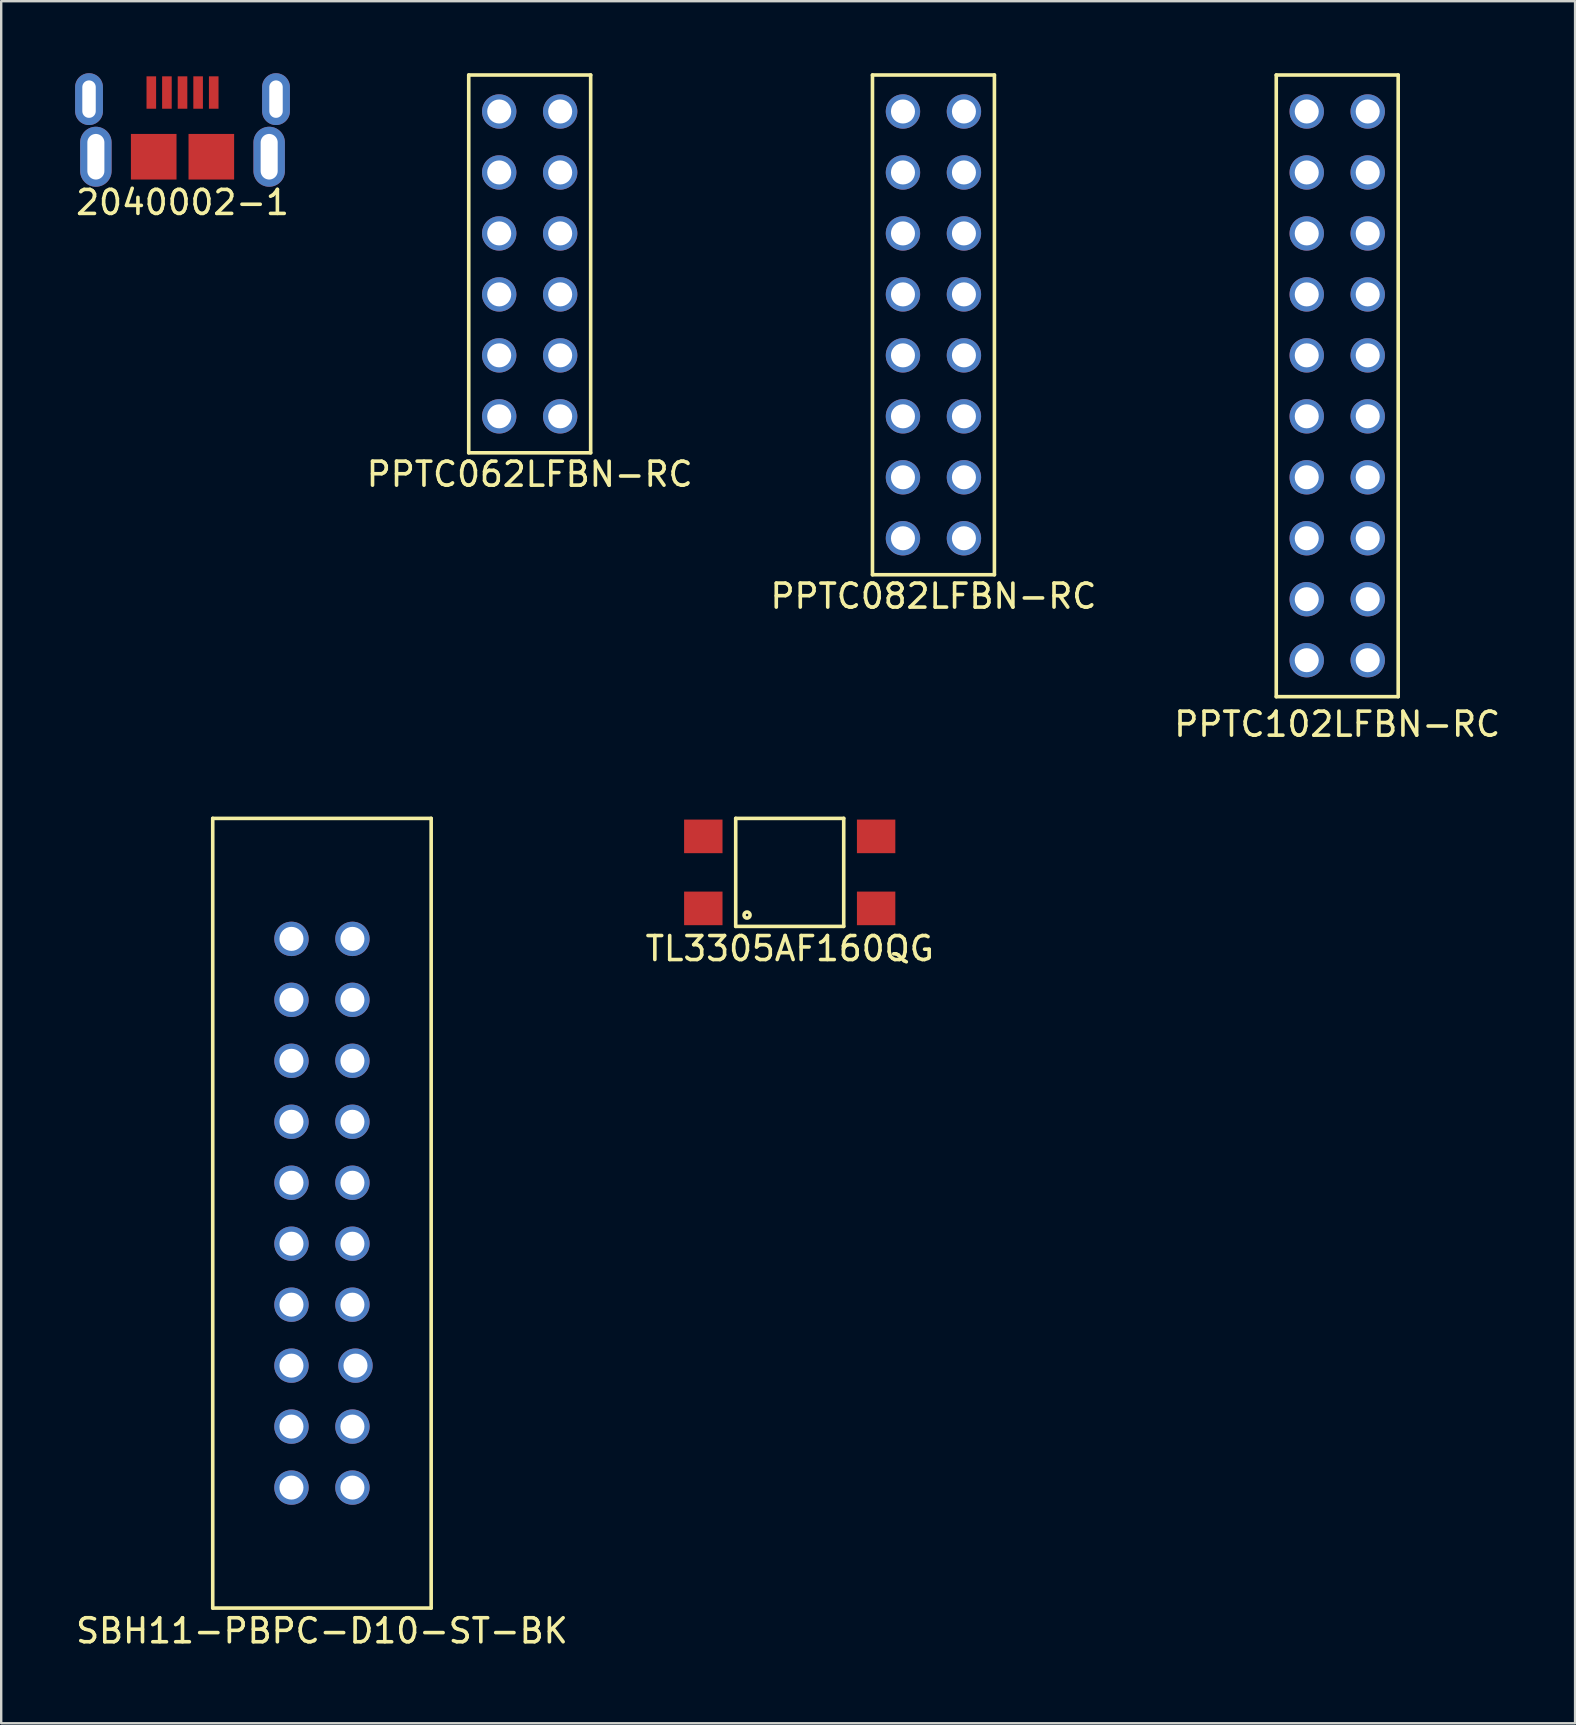
<source format=kicad_pcb>
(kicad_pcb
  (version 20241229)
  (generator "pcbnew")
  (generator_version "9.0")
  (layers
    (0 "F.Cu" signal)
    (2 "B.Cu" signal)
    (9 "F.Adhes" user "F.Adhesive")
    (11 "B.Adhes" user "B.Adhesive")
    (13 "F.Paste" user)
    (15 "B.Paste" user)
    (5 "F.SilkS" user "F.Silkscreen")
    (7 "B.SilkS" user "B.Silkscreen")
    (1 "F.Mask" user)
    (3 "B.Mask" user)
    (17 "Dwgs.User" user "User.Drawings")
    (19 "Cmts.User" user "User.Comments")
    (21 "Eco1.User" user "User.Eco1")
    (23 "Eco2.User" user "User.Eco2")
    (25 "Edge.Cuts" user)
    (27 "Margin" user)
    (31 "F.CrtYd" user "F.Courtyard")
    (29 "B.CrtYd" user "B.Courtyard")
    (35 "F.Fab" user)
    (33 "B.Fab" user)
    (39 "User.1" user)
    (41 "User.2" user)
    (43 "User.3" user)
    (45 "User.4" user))
  (footprint "2040002-1"
    (layer "F.Cu")
    (at 4.554 3.48)
    (property "Reference" "2040002-1" (at 0 1.905 0) (layer "F.SilkS") (effects (font (size 1 1) (thickness 0.15))))
    (attr through_hole)
    (pad "" thru_hole oval (at -3.895 -2.4) (size 1.16 2.16) (drill oval 0.56 1.56) (layers "*.Cu" "*.Mask"))
    (pad "" thru_hole oval (at -3.61 0) (size 1.31 2.5) (drill oval 0.71 1.9) (layers "*.Cu" "*.Mask"))
    (pad "" thru_hole oval (at 3.61 0) (size 1.31 2.5) (drill oval 0.71 1.9) (layers "*.Cu" "*.Mask"))
    (pad "" thru_hole oval (at 3.895 -2.4) (size 1.16 2.16) (drill oval 0.56 1.56) (layers "*.Cu" "*.Mask"))
    (pad "1" smd rect (at -1.3 -2.675) (size 0.4 1.35) (layers "F.Cu" "F.Mask" "F.Paste"))
    (pad "2" smd rect (at -0.65 -2.675) (size 0.4 1.35) (layers "F.Cu" "F.Mask" "F.Paste"))
    (pad "3" smd rect (at 0 -2.675) (size 0.4 1.35) (layers "F.Cu" "F.Mask" "F.Paste"))
    (pad "4" smd rect (at 0.65 -2.675) (size 0.4 1.35) (layers "F.Cu" "F.Mask" "F.Paste"))
    (pad "5" smd rect (at 1.3 -2.675) (size 0.4 1.35) (layers "F.Cu" "F.Mask" "F.Paste"))
    (pad "6" smd rect (at -1.2 0) (size 1.9 1.9) (layers "F.Cu" "F.Mask" "F.Paste"))
    (pad "6" smd rect (at 1.2 0) (size 1.9 1.9) (layers "F.Cu" "F.Mask" "F.Paste")))
  (footprint "TL3305AF160QG"
    (layer "F.Cu")
    (at 29.851 33.295)
    (property "Reference" "TL3305AF160QG" (at 0 3.175 0) (layer "F.SilkS") (effects (font (size 1 1) (thickness 0.15))))
    (attr through_hole)
    (fp_line (start -2.25 -2.25) (end -2.25 2.25) (stroke (width 0.15) (type solid)) (layer "F.SilkS"))
    (fp_line (start -2.25 2.25) (end 2.25 2.25) (stroke (width 0.15) (type solid)) (layer "F.SilkS"))
    (fp_line (start 2.25 -2.25) (end -2.25 -2.25) (stroke (width 0.15) (type solid)) (layer "F.SilkS"))
    (fp_line (start 2.25 2.25) (end 2.25 -2.25) (stroke (width 0.15) (type solid)) (layer "F.SilkS"))
    (fp_circle (center -1.778 1.778) (end -1.651 1.778) (stroke (width 0.15) (type solid)) (fill no) (layer "F.SilkS"))
    (pad "1" smd rect (at -3.6 1.5) (size 1.6 1.4) (layers "F.Cu" "F.Mask" "F.Paste"))
    (pad "2" smd rect (at 3.6 1.5) (size 1.6 1.4) (layers "F.Cu" "F.Mask" "F.Paste"))
    (pad "3" smd rect (at -3.6 -1.5) (size 1.6 1.4) (layers "F.Cu" "F.Mask" "F.Paste"))
    (pad "4" smd rect (at 3.6 -1.5) (size 1.6 1.4) (layers "F.Cu" "F.Mask" "F.Paste")))
  (footprint "SBH11-PBPC-D10-ST-BK"
    (layer "F.Cu")
    (at 10.363 47.495)
    (property "Reference" "SBH11-PBPC-D10-ST-BK" (at 0 17.399 0) (layer "F.SilkS") (effects (font (size 1 1) (thickness 0.15))))
    (attr through_hole)
    (fp_line (start -4.55 -16.45) (end -4.55 16.45) (stroke (width 0.15) (type solid)) (layer "F.SilkS"))
    (fp_line (start -4.55 -16.45) (end 4.55 -16.45) (stroke (width 0.15) (type solid)) (layer "F.SilkS"))
    (fp_line (start -4.55 16.45) (end 4.55 16.45) (stroke (width 0.15) (type solid)) (layer "F.SilkS"))
    (fp_line (start 4.55 -16.45) (end 4.55 16.45) (stroke (width 0.15) (type solid)) (layer "F.SilkS"))
    (pad "1" thru_hole circle (at -1.27 -11.43) (size 1.432 1.432) (drill 1) (layers "*.Cu" "*.Mask"))
    (pad "2" thru_hole circle (at 1.27 -11.43) (size 1.432 1.432) (drill 1) (layers "*.Cu" "*.Mask"))
    (pad "3" thru_hole circle (at -1.27 -8.89) (size 1.432 1.432) (drill 1) (layers "*.Cu" "*.Mask"))
    (pad "4" thru_hole circle (at 1.27 -8.89) (size 1.432 1.432) (drill 1) (layers "*.Cu" "*.Mask"))
    (pad "5" thru_hole circle (at -1.27 -6.35) (size 1.432 1.432) (drill 1) (layers "*.Cu" "*.Mask"))
    (pad "6" thru_hole circle (at 1.27 -6.35) (size 1.432 1.432) (drill 1) (layers "*.Cu" "*.Mask"))
    (pad "7" thru_hole circle (at -1.27 -3.81) (size 1.432 1.432) (drill 1) (layers "*.Cu" "*.Mask"))
    (pad "8" thru_hole circle (at 1.27 -3.81) (size 1.432 1.432) (drill 1) (layers "*.Cu" "*.Mask"))
    (pad "9" thru_hole circle (at -1.27 -1.27) (size 1.432 1.432) (drill 1) (layers "*.Cu" "*.Mask"))
    (pad "10" thru_hole circle (at 1.27 -1.27) (size 1.432 1.432) (drill 1) (layers "*.Cu" "*.Mask"))
    (pad "11" thru_hole circle (at -1.27 1.27) (size 1.432 1.432) (drill 1) (layers "*.Cu" "*.Mask"))
    (pad "12" thru_hole circle (at 1.27 1.27) (size 1.432 1.432) (drill 1) (layers "*.Cu" "*.Mask"))
    (pad "13" thru_hole circle (at -1.27 3.81) (size 1.432 1.432) (drill 1) (layers "*.Cu" "*.Mask"))
    (pad "14" thru_hole circle (at 1.27 3.81) (size 1.432 1.432) (drill 1) (layers "*.Cu" "*.Mask"))
    (pad "15" thru_hole circle (at -1.27 6.35) (size 1.432 1.432) (drill 1) (layers "*.Cu" "*.Mask"))
    (pad "16" thru_hole circle (at 1.397 6.35) (size 1.432 1.432) (drill 1) (layers "*.Cu" "*.Mask"))
    (pad "17" thru_hole circle (at -1.27 8.89) (size 1.432 1.432) (drill 1) (layers "*.Cu" "*.Mask"))
    (pad "18" thru_hole circle (at 1.27 8.89) (size 1.432 1.432) (drill 1) (layers "*.Cu" "*.Mask"))
    (pad "19" thru_hole circle (at -1.27 11.43) (size 1.432 1.432) (drill 1) (layers "*.Cu" "*.Mask"))
    (pad "20" thru_hole circle (at 1.27 11.43) (size 1.432 1.432) (drill 1) (layers "*.Cu" "*.Mask")))
  (footprint "PPTC102LFBN-RC"
    (layer "F.Cu")
    (at 52.661 13.025)
    (property "Reference" "PPTC102LFBN-RC" (at 0 14.097 0) (layer "F.SilkS") (effects (font (size 1 1) (thickness 0.15))))
    (attr through_hole)
    (fp_line (start -2.54 -12.95) (end -2.54 12.95) (stroke (width 0.15) (type solid)) (layer "F.SilkS"))
    (fp_line (start -2.54 -12.95) (end 2.54 -12.95) (stroke (width 0.15) (type solid)) (layer "F.SilkS"))
    (fp_line (start -2.54 12.95) (end 2.54 12.95) (stroke (width 0.15) (type solid)) (layer "F.SilkS"))
    (fp_line (start 2.54 -12.95) (end 2.54 12.95) (stroke (width 0.15) (type solid)) (layer "F.SilkS"))
    (pad "1" thru_hole circle (at -1.27 -11.43) (size 1.432 1.432) (drill 1) (layers "*.Cu" "*.Mask"))
    (pad "2" thru_hole circle (at 1.27 -11.43) (size 1.432 1.432) (drill 1) (layers "*.Cu" "*.Mask"))
    (pad "3" thru_hole circle (at -1.27 -8.89) (size 1.432 1.432) (drill 1) (layers "*.Cu" "*.Mask"))
    (pad "4" thru_hole circle (at 1.27 -8.89) (size 1.432 1.432) (drill 1) (layers "*.Cu" "*.Mask"))
    (pad "5" thru_hole circle (at -1.27 -6.35) (size 1.432 1.432) (drill 1) (layers "*.Cu" "*.Mask"))
    (pad "6" thru_hole circle (at 1.27 -6.35) (size 1.432 1.432) (drill 1) (layers "*.Cu" "*.Mask"))
    (pad "7" thru_hole circle (at -1.27 -3.81) (size 1.432 1.432) (drill 1) (layers "*.Cu" "*.Mask"))
    (pad "8" thru_hole circle (at 1.27 -3.81) (size 1.432 1.432) (drill 1) (layers "*.Cu" "*.Mask"))
    (pad "9" thru_hole circle (at -1.27 -1.27) (size 1.432 1.432) (drill 1) (layers "*.Cu" "*.Mask"))
    (pad "10" thru_hole circle (at 1.27 -1.27) (size 1.432 1.432) (drill 1) (layers "*.Cu" "*.Mask"))
    (pad "11" thru_hole circle (at -1.27 1.27) (size 1.432 1.432) (drill 1) (layers "*.Cu" "*.Mask"))
    (pad "12" thru_hole circle (at 1.27 1.27) (size 1.432 1.432) (drill 1) (layers "*.Cu" "*.Mask"))
    (pad "13" thru_hole circle (at -1.27 3.81) (size 1.432 1.432) (drill 1) (layers "*.Cu" "*.Mask"))
    (pad "14" thru_hole circle (at 1.27 3.81) (size 1.432 1.432) (drill 1) (layers "*.Cu" "*.Mask"))
    (pad "15" thru_hole circle (at -1.27 6.35) (size 1.432 1.432) (drill 1) (layers "*.Cu" "*.Mask"))
    (pad "16" thru_hole circle (at 1.27 6.35) (size 1.432 1.432) (drill 1) (layers "*.Cu" "*.Mask"))
    (pad "17" thru_hole circle (at -1.27 8.89) (size 1.432 1.432) (drill 1) (layers "*.Cu" "*.Mask"))
    (pad "18" thru_hole circle (at 1.27 8.89) (size 1.432 1.432) (drill 1) (layers "*.Cu" "*.Mask"))
    (pad "19" thru_hole circle (at -1.27 11.43) (size 1.432 1.432) (drill 1) (layers "*.Cu" "*.Mask"))
    (pad "20" thru_hole circle (at 1.27 11.43) (size 1.432 1.432) (drill 1) (layers "*.Cu" "*.Mask")))
  (footprint "PPTC082LFBN-RC"
    (layer "F.Cu")
    (at 35.839 10.485)
    (property "Reference" "PPTC082LFBN-RC" (at 0 11.303 0) (layer "F.SilkS") (effects (font (size 1 1) (thickness 0.15))))
    (attr through_hole)
    (fp_line (start -2.54 -10.41) (end -2.54 10.41) (stroke (width 0.15) (type solid)) (layer "F.SilkS"))
    (fp_line (start -2.54 -10.41) (end 2.54 -10.41) (stroke (width 0.15) (type solid)) (layer "F.SilkS"))
    (fp_line (start -2.54 10.41) (end 2.54 10.41) (stroke (width 0.15) (type solid)) (layer "F.SilkS"))
    (fp_line (start 2.54 -10.41) (end 2.54 10.41) (stroke (width 0.15) (type solid)) (layer "F.SilkS"))
    (pad "1" thru_hole circle (at -1.27 -8.89) (size 1.432 1.432) (drill 1) (layers "*.Cu" "*.Mask"))
    (pad "2" thru_hole circle (at 1.27 -8.89) (size 1.432 1.432) (drill 1) (layers "*.Cu" "*.Mask"))
    (pad "3" thru_hole circle (at -1.27 -6.35) (size 1.432 1.432) (drill 1) (layers "*.Cu" "*.Mask"))
    (pad "4" thru_hole circle (at 1.27 -6.35) (size 1.432 1.432) (drill 1) (layers "*.Cu" "*.Mask"))
    (pad "5" thru_hole circle (at -1.27 -3.81) (size 1.432 1.432) (drill 1) (layers "*.Cu" "*.Mask"))
    (pad "6" thru_hole circle (at 1.27 -3.81) (size 1.432 1.432) (drill 1) (layers "*.Cu" "*.Mask"))
    (pad "7" thru_hole circle (at -1.27 -1.27) (size 1.432 1.432) (drill 1) (layers "*.Cu" "*.Mask"))
    (pad "8" thru_hole circle (at 1.27 -1.27) (size 1.432 1.432) (drill 1) (layers "*.Cu" "*.Mask"))
    (pad "9" thru_hole circle (at -1.27 1.27) (size 1.432 1.432) (drill 1) (layers "*.Cu" "*.Mask"))
    (pad "10" thru_hole circle (at 1.27 1.27) (size 1.432 1.432) (drill 1) (layers "*.Cu" "*.Mask"))
    (pad "11" thru_hole circle (at -1.27 3.81) (size 1.432 1.432) (drill 1) (layers "*.Cu" "*.Mask"))
    (pad "12" thru_hole circle (at 1.27 3.81) (size 1.432 1.432) (drill 1) (layers "*.Cu" "*.Mask"))
    (pad "13" thru_hole circle (at -1.27 6.35) (size 1.432 1.432) (drill 1) (layers "*.Cu" "*.Mask"))
    (pad "14" thru_hole circle (at 1.27 6.35) (size 1.432 1.432) (drill 1) (layers "*.Cu" "*.Mask"))
    (pad "15" thru_hole circle (at -1.27 8.89) (size 1.432 1.432) (drill 1) (layers "*.Cu" "*.Mask"))
    (pad "16" thru_hole circle (at 1.27 8.89) (size 1.432 1.432) (drill 1) (layers "*.Cu" "*.Mask")))
  (footprint "PPTC062LFBN-RC"
    (layer "F.Cu")
    (at 19.018 7.945)
    (property "Reference" "PPTC062LFBN-RC" (at 0 8.763 0) (layer "F.SilkS") (effects (font (size 1 1) (thickness 0.15))))
    (attr through_hole)
    (fp_line (start -2.54 -7.87) (end -2.54 7.87) (stroke (width 0.15) (type solid)) (layer "F.SilkS"))
    (fp_line (start -2.54 -7.87) (end 2.54 -7.87) (stroke (width 0.15) (type solid)) (layer "F.SilkS"))
    (fp_line (start -2.54 7.87) (end 2.54 7.87) (stroke (width 0.15) (type solid)) (layer "F.SilkS"))
    (fp_line (start 2.54 -7.87) (end 2.54 7.87) (stroke (width 0.15) (type solid)) (layer "F.SilkS"))
    (pad "1" thru_hole circle (at -1.27 -6.35) (size 1.432 1.432) (drill 1) (layers "*.Cu" "*.Mask"))
    (pad "2" thru_hole circle (at 1.27 -6.35) (size 1.432 1.432) (drill 1) (layers "*.Cu" "*.Mask"))
    (pad "3" thru_hole circle (at -1.27 -3.81) (size 1.432 1.432) (drill 1) (layers "*.Cu" "*.Mask"))
    (pad "4" thru_hole circle (at 1.27 -3.81) (size 1.432 1.432) (drill 1) (layers "*.Cu" "*.Mask"))
    (pad "5" thru_hole circle (at -1.27 -1.27) (size 1.432 1.432) (drill 1) (layers "*.Cu" "*.Mask"))
    (pad "6" thru_hole circle (at 1.27 -1.27) (size 1.432 1.432) (drill 1) (layers "*.Cu" "*.Mask"))
    (pad "7" thru_hole circle (at -1.27 1.27) (size 1.432 1.432) (drill 1) (layers "*.Cu" "*.Mask"))
    (pad "8" thru_hole circle (at 1.27 1.27) (size 1.432 1.432) (drill 1) (layers "*.Cu" "*.Mask"))
    (pad "9" thru_hole circle (at -1.27 3.81) (size 1.432 1.432) (drill 1) (layers "*.Cu" "*.Mask"))
    (pad "10" thru_hole circle (at 1.27 3.81) (size 1.432 1.432) (drill 1) (layers "*.Cu" "*.Mask"))
    (pad "11" thru_hole circle (at -1.27 6.35) (size 1.432 1.432) (drill 1) (layers "*.Cu" "*.Mask"))
    (pad "12" thru_hole circle (at 1.27 6.35) (size 1.432 1.432) (drill 1) (layers "*.Cu" "*.Mask")))
  (gr_rect
    (start -3 -3)
    (end 62.571 68.743)
    (stroke (width 0.1) (type default))
    (fill no)
    (layer "Edge.Cuts")))
</source>
